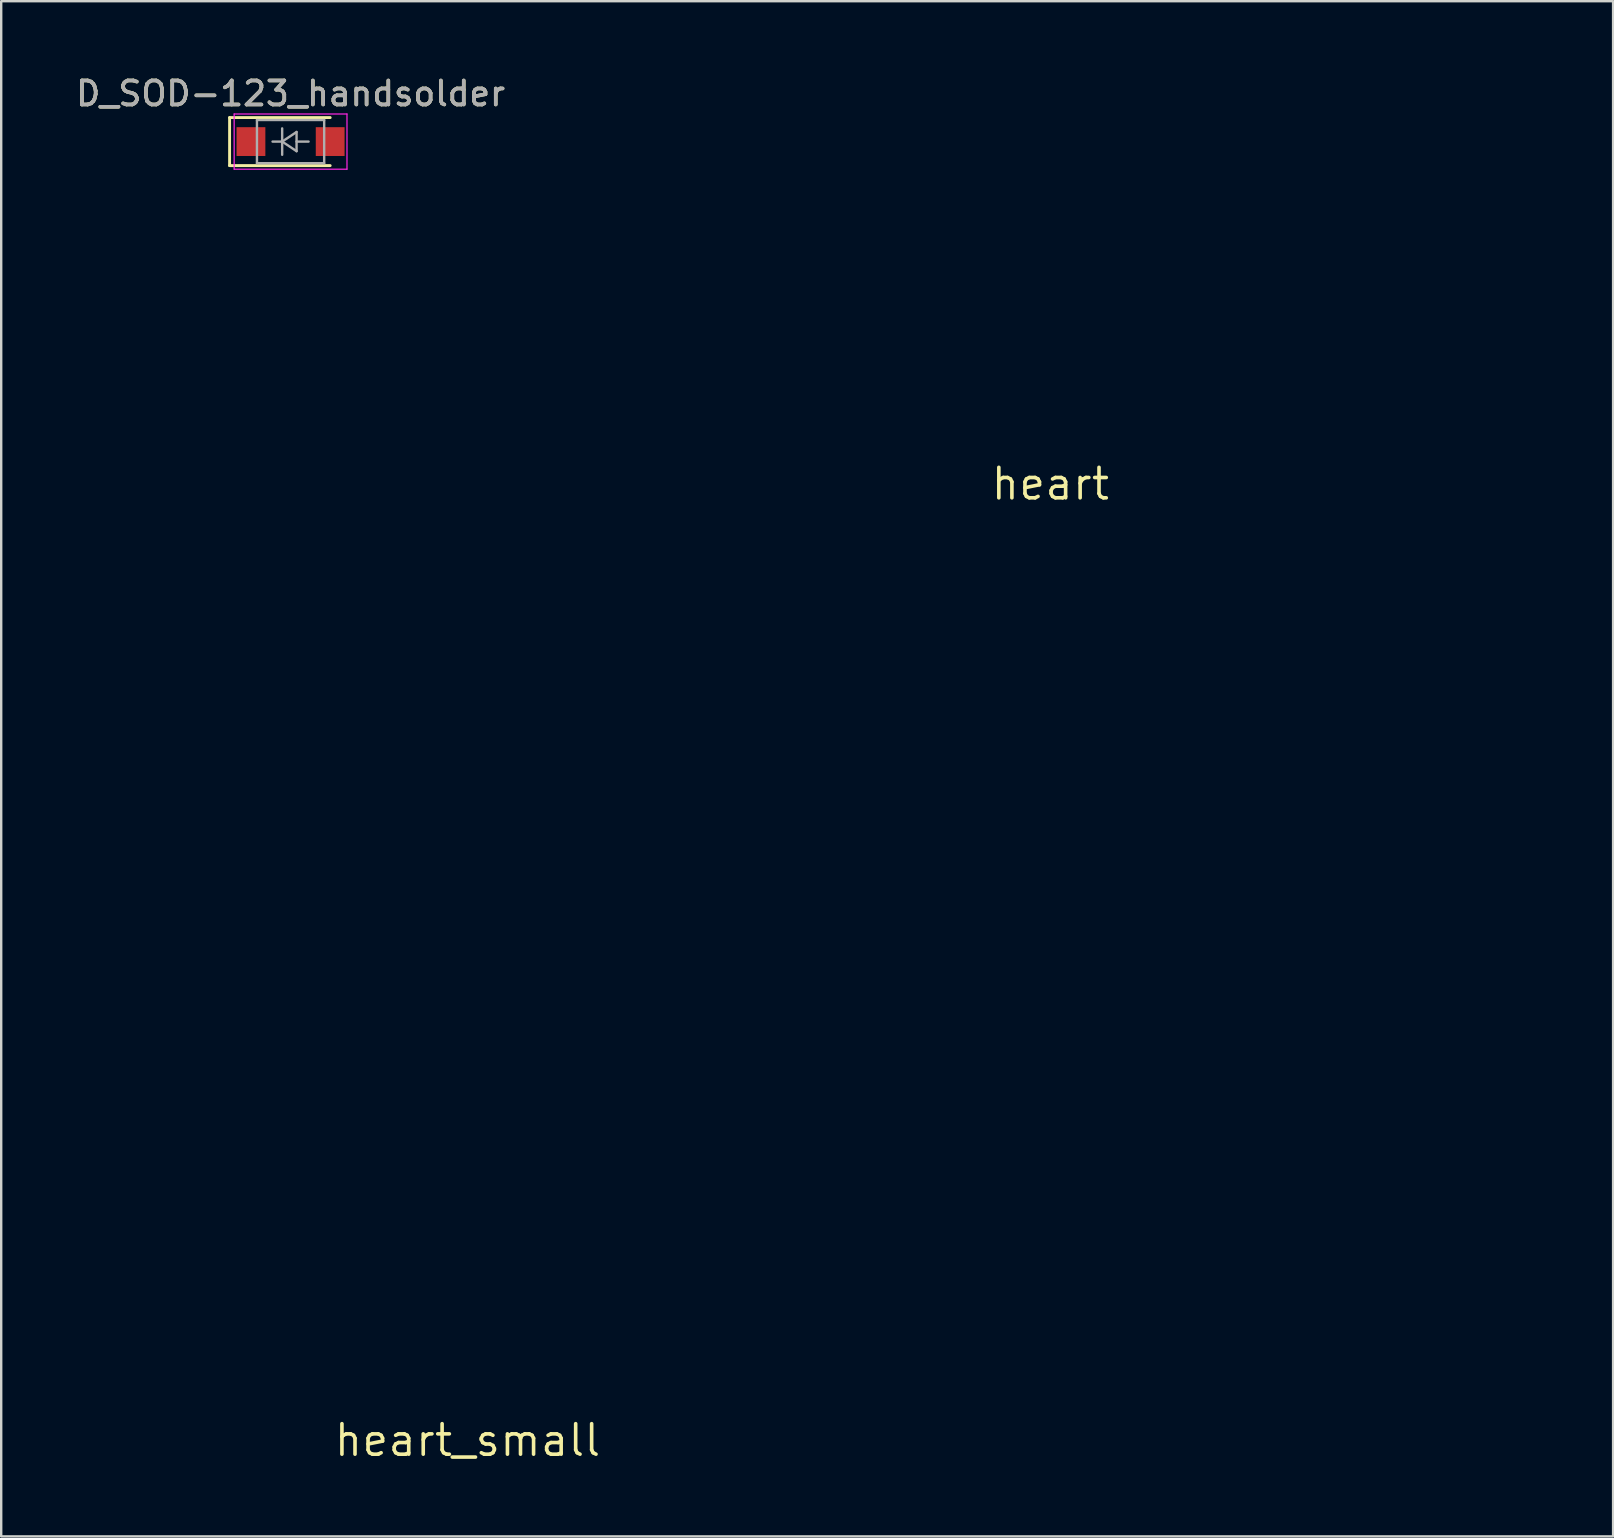
<source format=kicad_pcb>
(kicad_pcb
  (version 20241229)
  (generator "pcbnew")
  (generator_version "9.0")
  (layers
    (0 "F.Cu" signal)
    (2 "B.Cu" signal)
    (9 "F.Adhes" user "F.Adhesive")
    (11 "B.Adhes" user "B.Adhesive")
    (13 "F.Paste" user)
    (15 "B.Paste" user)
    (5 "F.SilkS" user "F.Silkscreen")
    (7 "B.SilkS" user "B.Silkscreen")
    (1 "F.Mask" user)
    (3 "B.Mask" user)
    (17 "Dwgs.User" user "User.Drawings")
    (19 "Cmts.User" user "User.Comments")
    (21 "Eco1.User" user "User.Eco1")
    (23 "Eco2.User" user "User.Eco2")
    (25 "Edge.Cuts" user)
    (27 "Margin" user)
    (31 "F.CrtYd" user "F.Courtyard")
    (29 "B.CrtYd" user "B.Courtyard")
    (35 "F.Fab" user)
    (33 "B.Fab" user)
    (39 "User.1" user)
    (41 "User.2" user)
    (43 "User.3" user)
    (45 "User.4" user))
  (footprint "heart"
    (layer "F.Cu")
    (at 40.705 17.108)
    (property "Reference" "heart" (at 0 0 0) (layer "F.SilkS") (effects (font (size 1.27 1.27) (thickness 0.15))))
    (attr through_hole)
    (fp_poly (pts (xy -8.48 -17.103) (xy -7.942 -17.075) (xy -7.805 -17.063) (xy -6.857 -16.926) (xy -5.931 -16.708) (xy -5.029 -16.409) (xy -4.153 -16.03) (xy -3.303 -15.572) (xy -2.482 -15.035) (xy -1.835 -14.538) (xy -1.643 -14.375) (xy -1.408 -14.162) (xy -1.143 -13.915) (xy -0.862 -13.646) (xy -0.578 -13.368) (xy -0.307 -13.097) (xy -0.061 -12.844) (xy 0.146 -12.623) (xy 0.182 -12.583) (xy 0.419 -12.318) (xy 0.62 -12.541) (xy 0.781 -12.715) (xy 0.985 -12.927) (xy 1.22 -13.165) (xy 1.473 -13.416) (xy 1.732 -13.67) (xy 1.984 -13.913) (xy 2.218 -14.134) (xy 2.42 -14.321) (xy 2.579 -14.461) (xy 2.608 -14.485) (xy 3.403 -15.093) (xy 4.218 -15.62) (xy 5.057 -16.067) (xy 5.922 -16.435) (xy 6.816 -16.726) (xy 7.743 -16.94) (xy 8.086 -16.999) (xy 8.335 -17.029) (xy 8.649 -17.054) (xy 9.008 -17.074) (xy 9.394 -17.088) (xy 9.785 -17.095) (xy 10.164 -17.096) (xy 10.51 -17.089) (xy 10.803 -17.074) (xy 10.93 -17.063) (xy 11.87 -16.923) (xy 12.785 -16.704) (xy 13.669 -16.409) (xy 14.519 -16.04) (xy 15.331 -15.599) (xy 16.1 -15.089) (xy 16.823 -14.512) (xy 17.495 -13.871) (xy 18.113 -13.169) (xy 18.672 -12.407) (xy 18.688 -12.383) (xy 19.003 -11.867) (xy 19.305 -11.291) (xy 19.585 -10.678) (xy 19.831 -10.053) (xy 20.034 -9.44) (xy 20.152 -9.002) (xy 20.309 -8.178) (xy 20.404 -7.311) (xy 20.436 -6.414) (xy 20.406 -5.498) (xy 20.316 -4.577) (xy 20.165 -3.663) (xy 19.956 -2.769) (xy 19.688 -1.906) (xy 19.665 -1.841) (xy 19.446 -1.285) (xy 19.175 -0.69) (xy 18.861 -0.073) (xy 18.515 0.547) (xy 18.147 1.151) (xy 17.792 1.682) (xy 17.43 2.186) (xy 17.04 2.7) (xy 16.62 3.225) (xy 16.168 3.764) (xy 15.681 4.318) (xy 15.159 4.89) (xy 14.597 5.482) (xy 13.995 6.096) (xy 13.35 6.733) (xy 12.659 7.397) (xy 11.921 8.088) (xy 11.134 8.81) (xy 10.295 9.564) (xy 9.403 10.352) (xy 8.454 11.176) (xy 7.447 12.039) (xy 6.38 12.942) (xy 5.251 13.887) (xy 4.056 14.877) (xy 2.795 15.913) (xy 2.688 16.001) (xy 2.344 16.282) (xy 2.013 16.553) (xy 1.702 16.808) (xy 1.419 17.042) (xy 1.169 17.247) (xy 0.961 17.419) (xy 0.802 17.551) (xy 0.697 17.638) (xy 0.672 17.66) (xy 0.555 17.758) (xy 0.465 17.83) (xy 0.42 17.862) (xy 0.418 17.863) (xy 0.38 17.837) (xy 0.296 17.769) (xy 0.18 17.672) (xy 0.148 17.645) (xy 0.065 17.575) (xy -0.077 17.457) (xy -0.269 17.299) (xy -0.503 17.105) (xy -0.773 16.883) (xy -1.071 16.638) (xy -1.388 16.378) (xy -1.718 16.107) (xy -1.736 16.093) (xy -2.835 15.19) (xy -3.869 14.335) (xy -4.843 13.524) (xy -5.759 12.756) (xy -6.621 12.026) (xy -7.432 11.333) (xy -8.196 10.673) (xy -8.917 10.042) (xy -9.597 9.439) (xy -10.24 8.861) (xy -10.849 8.303) (xy -11.428 7.764) (xy -11.832 7.381) (xy -12.773 6.469) (xy -13.642 5.594) (xy -14.441 4.751) (xy -15.172 3.937) (xy -15.838 3.148) (xy -16.441 2.381) (xy -16.983 1.632) (xy -17.467 0.898) (xy -17.895 0.174) (xy -18.269 -0.543) (xy -18.592 -1.257) (xy -18.866 -1.97) (xy -19.093 -2.688) (xy -19.276 -3.414) (xy -19.417 -4.151) (xy -19.495 -4.699) (xy -19.583 -5.733) (xy -19.591 -6.47) (xy -17.18 -6.47) (xy -17.175 -6.16) (xy -17.159 -5.686) (xy -17.135 -5.276) (xy -17.1 -4.907) (xy -17.051 -4.559) (xy -16.987 -4.21) (xy -16.912 -3.873) (xy -16.751 -3.268) (xy -16.55 -2.664) (xy -16.309 -2.058) (xy -16.025 -1.449) (xy -15.696 -0.831) (xy -15.32 -0.204) (xy -14.893 0.436) (xy -14.415 1.092) (xy -13.883 1.767) (xy -13.295 2.463) (xy -12.648 3.184) (xy -11.941 3.933) (xy -11.17 4.711) (xy -10.335 5.523) (xy -9.431 6.37) (xy -8.459 7.257) (xy -7.975 7.689) (xy -7.687 7.944) (xy -7.361 8.229) (xy -7.001 8.541) (xy -6.612 8.877) (xy -6.197 9.232) (xy -5.762 9.604) (xy -5.311 9.987) (xy -4.849 10.379) (xy -4.379 10.776) (xy -3.908 11.173) (xy -3.438 11.568) (xy -2.975 11.956) (xy -2.523 12.333) (xy -2.086 12.696) (xy -1.669 13.042) (xy -1.277 13.365) (xy -0.915 13.664) (xy -0.585 13.932) (xy -0.294 14.168) (xy -0.045 14.367) (xy 0.156 14.526) (xy 0.306 14.64) (xy 0.4 14.706) (xy 0.433 14.722) (xy 0.472 14.693) (xy 0.569 14.617) (xy 0.715 14.501) (xy 0.904 14.349) (xy 1.126 14.17) (xy 1.374 13.968) (xy 1.554 13.822) (xy 2.385 13.141) (xy 3.217 12.455) (xy 4.042 11.77) (xy 4.851 11.094) (xy 5.638 10.431) (xy 6.394 9.789) (xy 7.113 9.174) (xy 7.786 8.593) (xy 8.406 8.052) (xy 8.863 7.648) (xy 9.874 6.738) (xy 10.815 5.867) (xy 11.686 5.032) (xy 12.49 4.232) (xy 13.23 3.464) (xy 13.907 2.724) (xy 14.524 2.01) (xy 15.083 1.319) (xy 15.585 0.648) (xy 16.034 -0.005) (xy 16.431 -0.644) (xy 16.778 -1.27) (xy 17.078 -1.887) (xy 17.332 -2.498) (xy 17.544 -3.105) (xy 17.713 -3.704) (xy 17.876 -4.485) (xy 17.983 -5.281) (xy 18.033 -6.079) (xy 18.026 -6.863) (xy 17.962 -7.618) (xy 17.841 -8.33) (xy 17.804 -8.488) (xy 17.57 -9.276) (xy 17.261 -10.028) (xy 16.882 -10.741) (xy 16.437 -11.41) (xy 15.931 -12.03) (xy 15.367 -12.596) (xy 14.749 -13.105) (xy 14.082 -13.552) (xy 13.37 -13.933) (xy 12.617 -14.242) (xy 12.432 -14.305) (xy 11.624 -14.524) (xy 10.802 -14.663) (xy 9.973 -14.722) (xy 9.143 -14.703) (xy 8.32 -14.605) (xy 7.511 -14.431) (xy 6.723 -14.18) (xy 5.962 -13.853) (xy 5.292 -13.486) (xy 4.896 -13.232) (xy 4.503 -12.951) (xy 4.105 -12.637) (xy 3.698 -12.287) (xy 3.278 -11.896) (xy 2.838 -11.457) (xy 2.373 -10.966) (xy 1.879 -10.419) (xy 1.351 -9.81) (xy 0.783 -9.135) (xy 0.653 -8.981) (xy 0.541 -8.854) (xy 0.46 -8.768) (xy 0.42 -8.734) (xy 0.419 -8.734) (xy 0.385 -8.767) (xy 0.306 -8.856) (xy 0.188 -8.991) (xy 0.04 -9.163) (xy -0.13 -9.362) (xy -0.214 -9.461) (xy -0.778 -10.12) (xy -1.302 -10.713) (xy -1.793 -11.243) (xy -2.255 -11.716) (xy -2.693 -12.137) (xy -3.114 -12.512) (xy -3.521 -12.844) (xy -3.921 -13.14) (xy -4.319 -13.404) (xy -4.491 -13.51) (xy -5.221 -13.898) (xy -5.979 -14.211) (xy -6.761 -14.451) (xy -7.558 -14.616) (xy -8.365 -14.706) (xy -9.174 -14.722) (xy -9.979 -14.664) (xy -10.773 -14.531) (xy -11.549 -14.323) (xy -12.3 -14.04) (xy -13.02 -13.683) (xy -13.15 -13.608) (xy -13.833 -13.159) (xy -14.466 -12.646) (xy -15.042 -12.078) (xy -15.559 -11.458) (xy -16.011 -10.794) (xy -16.394 -10.09) (xy -16.704 -9.352) (xy -16.935 -8.596) (xy -17.022 -8.224) (xy -17.088 -7.887) (xy -17.135 -7.564) (xy -17.165 -7.234) (xy -17.179 -6.877) (xy -17.18 -6.47) (xy -19.591 -6.47) (xy -19.593 -6.738) (xy -19.524 -7.714) (xy -19.377 -8.66) (xy -19.151 -9.575) (xy -18.846 -10.459) (xy -18.464 -11.311) (xy -18.125 -11.93) (xy -17.615 -12.711) (xy -17.042 -13.439) (xy -16.41 -14.112) (xy -15.724 -14.727) (xy -14.989 -15.278) (xy -14.21 -15.764) (xy -13.392 -16.18) (xy -12.54 -16.523) (xy -11.658 -16.789) (xy -11.324 -16.868) (xy -10.819 -16.96) (xy -10.257 -17.03) (xy -9.663 -17.079) (xy -9.062 -17.103) (xy -8.48 -17.103)) (stroke (width 0.01) (type solid)) (fill yes) (layer "F.Mask")))
  (footprint "heart_small"
    (layer "F.Cu")
    (at 16.425 56.946)
    (property "Reference" "heart_small" (at 0 0 0) (layer "F.SilkS") (effects (font (size 1.27 1.27) (thickness 0.15))))
    (attr through_hole)
    (fp_poly (pts (xy -14.02 -18.934) (xy -13.66 -18.835) (xy -13.321 -18.664) (xy -12.99 -18.414) (xy -12.93 -18.361) (xy -12.658 -18.112) (xy -12.375 -18.367) (xy -12.04 -18.63) (xy -11.699 -18.813) (xy -11.34 -18.923) (xy -10.949 -18.963) (xy -10.901 -18.964) (xy -10.497 -18.93) (xy -10.134 -18.826) (xy -9.803 -18.646) (xy -9.492 -18.387) (xy -9.48 -18.375) (xy -9.222 -18.072) (xy -9.041 -17.751) (xy -8.933 -17.398) (xy -8.892 -17.001) (xy -8.891 -16.933) (xy -8.909 -16.603) (xy -8.967 -16.292) (xy -9.068 -15.989) (xy -9.22 -15.687) (xy -9.425 -15.375) (xy -9.691 -15.044) (xy -10.021 -14.687) (xy -10.274 -14.433) (xy -10.437 -14.278) (xy -10.635 -14.096) (xy -10.859 -13.894) (xy -11.101 -13.68) (xy -11.351 -13.461) (xy -11.602 -13.245) (xy -11.845 -13.038) (xy -12.071 -12.849) (xy -12.272 -12.684) (xy -12.439 -12.551) (xy -12.563 -12.456) (xy -12.637 -12.408) (xy -12.65 -12.404) (xy -12.694 -12.43) (xy -12.793 -12.503) (xy -12.939 -12.618) (xy -13.124 -12.765) (xy -13.338 -12.94) (xy -13.572 -13.134) (xy -13.586 -13.145) (xy -14.113 -13.591) (xy -14.573 -13.996) (xy -14.971 -14.365) (xy -15.31 -14.703) (xy -15.594 -15.014) (xy -15.829 -15.305) (xy -16.017 -15.578) (xy -16.164 -15.841) (xy -16.273 -16.097) (xy -16.349 -16.351) (xy -16.362 -16.408) (xy -16.42 -16.856) (xy -16.398 -17.276) (xy -16.297 -17.668) (xy -16.116 -18.031) (xy -15.88 -18.339) (xy -15.588 -18.596) (xy -15.248 -18.789) (xy -14.871 -18.914) (xy -14.469 -18.964) (xy -14.413 -18.965) (xy -14.02 -18.934)) (stroke (width 0.01) (type solid)) (fill yes) (layer "B.Mask")))
  (footprint "D_SOD-123_handsolder"
    (layer "F.Cu")
    (at 9.054 2.848)
    (property "Reference" "D_SOD-123_handsolder" (at 0 -2 0) (layer "F.SilkS") (effects (font (size 1 1) (thickness 0.15))))
    (attr smd)
    (fp_line (start -2.54 -1) (end -2.54 1) (stroke (width 0.12) (type solid)) (layer "F.SilkS"))
    (fp_line (start -2.54 -1) (end 1.65 -1) (stroke (width 0.12) (type solid)) (layer "F.SilkS"))
    (fp_line (start -2.54 1) (end 1.65 1) (stroke (width 0.12) (type solid)) (layer "F.SilkS"))
    (fp_line (start -2.35 -1.15) (end -2.35 1.15) (stroke (width 0.05) (type solid)) (layer "F.CrtYd"))
    (fp_line (start -2.35 -1.15) (end 2.35 -1.15) (stroke (width 0.05) (type solid)) (layer "F.CrtYd"))
    (fp_line (start 2.35 -1.15) (end 2.35 1.15) (stroke (width 0.05) (type solid)) (layer "F.CrtYd"))
    (fp_line (start 2.35 1.15) (end -2.35 1.15) (stroke (width 0.05) (type solid)) (layer "F.CrtYd"))
    (fp_line (start -1.4 -0.9) (end 1.4 -0.9) (stroke (width 0.1) (type solid)) (layer "F.Fab"))
    (fp_line (start -1.4 0.9) (end -1.4 -0.9) (stroke (width 0.1) (type solid)) (layer "F.Fab"))
    (fp_line (start -0.75 0) (end -0.35 0) (stroke (width 0.1) (type solid)) (layer "F.Fab"))
    (fp_line (start -0.35 0) (end -0.35 -0.55) (stroke (width 0.1) (type solid)) (layer "F.Fab"))
    (fp_line (start -0.35 0) (end -0.35 0.55) (stroke (width 0.1) (type solid)) (layer "F.Fab"))
    (fp_line (start -0.35 0) (end 0.25 -0.4) (stroke (width 0.1) (type solid)) (layer "F.Fab"))
    (fp_line (start 0.25 -0.4) (end 0.25 0.4) (stroke (width 0.1) (type solid)) (layer "F.Fab"))
    (fp_line (start 0.25 0) (end 0.75 0) (stroke (width 0.1) (type solid)) (layer "F.Fab"))
    (fp_line (start 0.25 0.4) (end -0.35 0) (stroke (width 0.1) (type solid)) (layer "F.Fab"))
    (fp_line (start 1.4 -0.9) (end 1.4 0.9) (stroke (width 0.1) (type solid)) (layer "F.Fab"))
    (fp_line (start 1.4 0.9) (end -1.4 0.9) (stroke (width 0.1) (type solid)) (layer "F.Fab"))
    (fp_text user "${REFERENCE}" (at 0 -2 0) (layer "F.Fab") (effects (font (size 1 1) (thickness 0.15))))
    (pad "1" smd rect (at -1.65 0) (size 1.2 1.2) (layers "F.Cu" "F.Mask" "F.Paste"))
    (pad "2" smd rect (at 1.65 0) (size 1.2 1.2) (layers "F.Cu" "F.Mask" "F.Paste")))
  (gr_rect
    (start -3 -3)
    (end 64.146 60.952)
    (stroke (width 0.1) (type default))
    (fill no)
    (layer "Edge.Cuts")))
</source>
